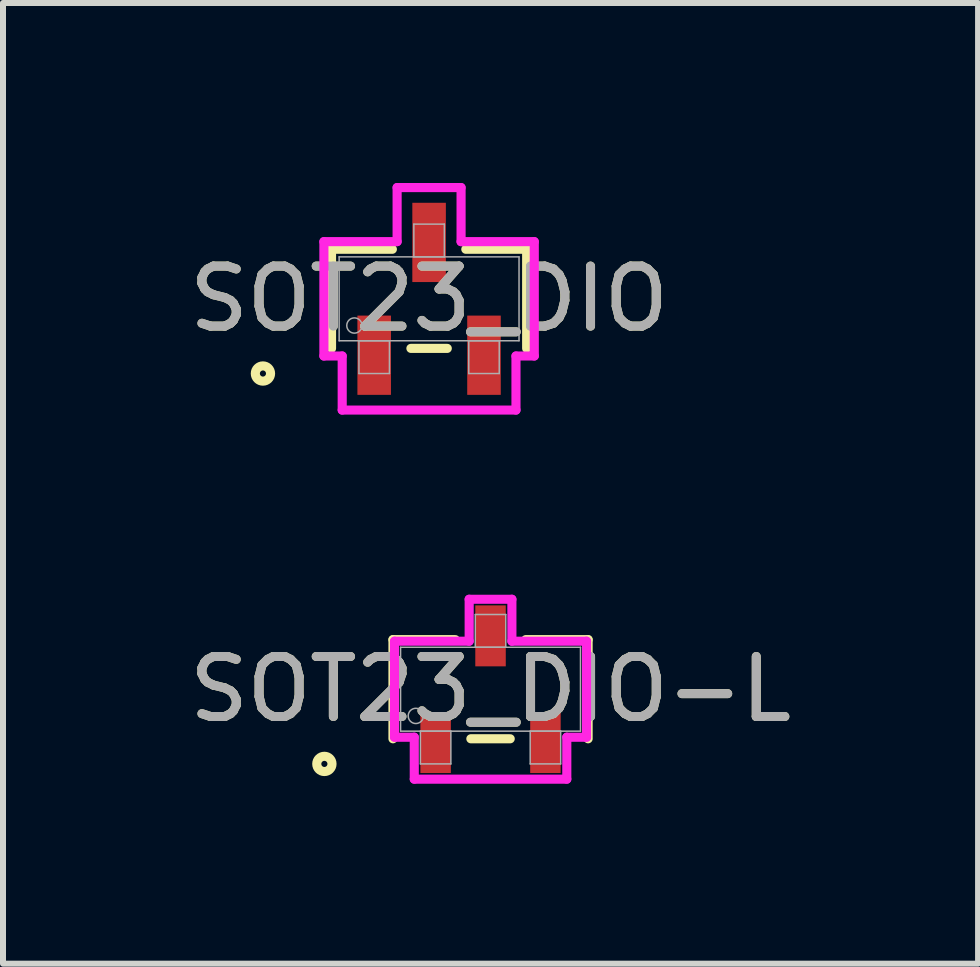
<source format=kicad_pcb>
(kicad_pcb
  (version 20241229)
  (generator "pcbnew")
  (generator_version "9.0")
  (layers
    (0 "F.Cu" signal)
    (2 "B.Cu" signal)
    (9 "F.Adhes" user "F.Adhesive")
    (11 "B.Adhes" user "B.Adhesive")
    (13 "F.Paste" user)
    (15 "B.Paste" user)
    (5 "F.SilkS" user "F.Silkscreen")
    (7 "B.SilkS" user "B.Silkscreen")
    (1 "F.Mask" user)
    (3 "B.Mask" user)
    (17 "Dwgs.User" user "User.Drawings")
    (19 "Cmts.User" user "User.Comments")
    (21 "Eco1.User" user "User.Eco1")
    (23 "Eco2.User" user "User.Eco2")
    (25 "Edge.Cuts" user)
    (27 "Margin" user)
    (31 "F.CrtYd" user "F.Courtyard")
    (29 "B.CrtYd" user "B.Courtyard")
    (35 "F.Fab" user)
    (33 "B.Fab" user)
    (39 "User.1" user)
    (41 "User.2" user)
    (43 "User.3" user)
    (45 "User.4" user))
  (footprint "SOT23_DIO-L"
    (layer "F.Cu")
    (at 5.125 8.436)
    (property "Reference" "SOT23_DIO-L" (at 0 0 0) (unlocked yes) (layer "F.SilkS") (effects (font (size 1 1) (thickness 0.15))))
    (attr smd)
    (fp_line (start -1.626 -0.826) (end -1.626 0.826) (stroke (width 0.152) (type solid)) (layer "F.SilkS"))
    (fp_line (start -0.587 -0.826) (end -1.626 -0.826) (stroke (width 0.152) (type solid)) (layer "F.SilkS"))
    (fp_line (start -0.328 0.826) (end 0.328 0.826) (stroke (width 0.152) (type solid)) (layer "F.SilkS"))
    (fp_line (start 1.626 -0.826) (end 0.587 -0.826) (stroke (width 0.152) (type solid)) (layer "F.SilkS"))
    (fp_line (start 1.626 0.826) (end 1.626 -0.826) (stroke (width 0.152) (type solid)) (layer "F.SilkS"))
    (fp_circle (center -2.769 1.245) (end -2.642 1.245) (stroke (width 0.152) (type solid)) (fill no) (layer "F.SilkS"))
    (fp_line (start -1.6 -0.8) (end -0.356 -0.8) (stroke (width 0.152) (type solid)) (layer "F.CrtYd"))
    (fp_line (start -1.6 0.8) (end -1.6 -0.8) (stroke (width 0.152) (type solid)) (layer "F.CrtYd"))
    (fp_line (start -1.6 0.8) (end -1.271 0.8) (stroke (width 0.152) (type solid)) (layer "F.CrtYd"))
    (fp_line (start -1.271 0.8) (end -1.271 1.499) (stroke (width 0.152) (type solid)) (layer "F.CrtYd"))
    (fp_line (start -1.271 1.499) (end 1.271 1.499) (stroke (width 0.152) (type solid)) (layer "F.CrtYd"))
    (fp_line (start -0.356 -1.499) (end 0.356 -1.499) (stroke (width 0.152) (type solid)) (layer "F.CrtYd"))
    (fp_line (start -0.356 -0.8) (end -0.356 -1.499) (stroke (width 0.152) (type solid)) (layer "F.CrtYd"))
    (fp_line (start 0.356 -0.8) (end 0.356 -1.499) (stroke (width 0.152) (type solid)) (layer "F.CrtYd"))
    (fp_line (start 1.271 0.8) (end 1.271 1.499) (stroke (width 0.152) (type solid)) (layer "F.CrtYd"))
    (fp_line (start 1.6 -0.8) (end 0.356 -0.8) (stroke (width 0.152) (type solid)) (layer "F.CrtYd"))
    (fp_line (start 1.6 -0.8) (end 1.6 0.8) (stroke (width 0.152) (type solid)) (layer "F.CrtYd"))
    (fp_line (start 1.6 0.8) (end 1.271 0.8) (stroke (width 0.152) (type solid)) (layer "F.CrtYd"))
    (fp_line (start -1.499 -0.699) (end -1.499 0.699) (stroke (width 0.025) (type solid)) (layer "F.Fab"))
    (fp_line (start -1.499 0.699) (end 1.499 0.699) (stroke (width 0.025) (type solid)) (layer "F.Fab"))
    (fp_line (start -1.169 0.699) (end -1.169 1.245) (stroke (width 0.025) (type solid)) (layer "F.Fab"))
    (fp_line (start -1.169 1.245) (end -0.661 1.245) (stroke (width 0.025) (type solid)) (layer "F.Fab"))
    (fp_line (start -0.661 0.699) (end -1.169 0.699) (stroke (width 0.025) (type solid)) (layer "F.Fab"))
    (fp_line (start -0.661 1.245) (end -0.661 0.699) (stroke (width 0.025) (type solid)) (layer "F.Fab"))
    (fp_line (start -0.254 -1.245) (end -0.254 -0.699) (stroke (width 0.025) (type solid)) (layer "F.Fab"))
    (fp_line (start -0.254 -0.699) (end 0.254 -0.699) (stroke (width 0.025) (type solid)) (layer "F.Fab"))
    (fp_line (start 0.254 -1.245) (end -0.254 -1.245) (stroke (width 0.025) (type solid)) (layer "F.Fab"))
    (fp_line (start 0.254 -0.699) (end 0.254 -1.245) (stroke (width 0.025) (type solid)) (layer "F.Fab"))
    (fp_line (start 0.661 0.699) (end 0.661 1.245) (stroke (width 0.025) (type solid)) (layer "F.Fab"))
    (fp_line (start 0.661 1.245) (end 1.169 1.245) (stroke (width 0.025) (type solid)) (layer "F.Fab"))
    (fp_line (start 1.169 0.699) (end 0.661 0.699) (stroke (width 0.025) (type solid)) (layer "F.Fab"))
    (fp_line (start 1.169 1.245) (end 1.169 0.699) (stroke (width 0.025) (type solid)) (layer "F.Fab"))
    (fp_line (start 1.499 -0.699) (end -1.499 -0.699) (stroke (width 0.025) (type solid)) (layer "F.Fab"))
    (fp_line (start 1.499 0.699) (end 1.499 -0.699) (stroke (width 0.025) (type solid)) (layer "F.Fab"))
    (fp_circle (center -1.245 0.445) (end -1.118 0.445) (stroke (width 0.025) (type solid)) (fill no) (layer "F.Fab"))
    (fp_text user "${REFERENCE}" (at 0 0 0) (unlocked yes) (layer "F.Fab") (effects (font (size 1 1) (thickness 0.15))))
    (pad "1" smd rect (at -0.915 0.889) (size 0.508 1.016) (layers "F.Cu" "F.Mask" "F.Paste"))
    (pad "2" smd rect (at 0.915 0.889) (size 0.508 1.016) (layers "F.Cu" "F.Mask" "F.Paste"))
    (pad "3" smd rect (at 0 -0.889) (size 0.508 1.016) (layers "F.Cu" "F.Mask" "F.Paste")))
  (footprint "SOT23_DIO"
    (layer "F.Cu")
    (at 4.101 1.93)
    (property "Reference" "SOT23_DIO" (at 0 0 0) (unlocked yes) (layer "F.SilkS") (effects (font (size 1 1) (thickness 0.15))))
    (attr smd)
    (fp_line (start -1.626 -0.826) (end -1.626 0.826) (stroke (width 0.152) (type solid)) (layer "F.SilkS"))
    (fp_line (start -0.612 -0.826) (end -1.626 -0.826) (stroke (width 0.152) (type solid)) (layer "F.SilkS"))
    (fp_line (start -0.303 0.826) (end 0.303 0.826) (stroke (width 0.152) (type solid)) (layer "F.SilkS"))
    (fp_line (start 1.626 -0.826) (end 0.612 -0.826) (stroke (width 0.152) (type solid)) (layer "F.SilkS"))
    (fp_line (start 1.626 0.826) (end 1.626 -0.826) (stroke (width 0.152) (type solid)) (layer "F.SilkS"))
    (fp_circle (center -2.769 1.245) (end -2.642 1.245) (stroke (width 0.152) (type solid)) (fill no) (layer "F.SilkS"))
    (fp_line (start -1.753 -0.953) (end -0.533 -0.953) (stroke (width 0.152) (type solid)) (layer "F.CrtYd"))
    (fp_line (start -1.753 0.953) (end -1.753 -0.953) (stroke (width 0.152) (type solid)) (layer "F.CrtYd"))
    (fp_line (start -1.753 0.953) (end -1.448 0.953) (stroke (width 0.152) (type solid)) (layer "F.CrtYd"))
    (fp_line (start -1.448 0.953) (end -1.448 1.854) (stroke (width 0.152) (type solid)) (layer "F.CrtYd"))
    (fp_line (start -1.448 1.854) (end 1.448 1.854) (stroke (width 0.152) (type solid)) (layer "F.CrtYd"))
    (fp_line (start -0.533 -1.854) (end 0.533 -1.854) (stroke (width 0.152) (type solid)) (layer "F.CrtYd"))
    (fp_line (start -0.533 -0.953) (end -0.533 -1.854) (stroke (width 0.152) (type solid)) (layer "F.CrtYd"))
    (fp_line (start 0.533 -0.953) (end 0.533 -1.854) (stroke (width 0.152) (type solid)) (layer "F.CrtYd"))
    (fp_line (start 1.448 0.953) (end 1.448 1.854) (stroke (width 0.152) (type solid)) (layer "F.CrtYd"))
    (fp_line (start 1.753 -0.953) (end 0.533 -0.953) (stroke (width 0.152) (type solid)) (layer "F.CrtYd"))
    (fp_line (start 1.753 -0.953) (end 1.753 0.953) (stroke (width 0.152) (type solid)) (layer "F.CrtYd"))
    (fp_line (start 1.753 0.953) (end 1.448 0.953) (stroke (width 0.152) (type solid)) (layer "F.CrtYd"))
    (fp_line (start -1.499 -0.699) (end -1.499 0.699) (stroke (width 0.025) (type solid)) (layer "F.Fab"))
    (fp_line (start -1.499 0.699) (end 1.499 0.699) (stroke (width 0.025) (type solid)) (layer "F.Fab"))
    (fp_line (start -1.169 0.699) (end -1.169 1.245) (stroke (width 0.025) (type solid)) (layer "F.Fab"))
    (fp_line (start -1.169 1.245) (end -0.661 1.245) (stroke (width 0.025) (type solid)) (layer "F.Fab"))
    (fp_line (start -0.661 0.699) (end -1.169 0.699) (stroke (width 0.025) (type solid)) (layer "F.Fab"))
    (fp_line (start -0.661 1.245) (end -0.661 0.699) (stroke (width 0.025) (type solid)) (layer "F.Fab"))
    (fp_line (start -0.254 -1.245) (end -0.254 -0.699) (stroke (width 0.025) (type solid)) (layer "F.Fab"))
    (fp_line (start -0.254 -0.699) (end 0.254 -0.699) (stroke (width 0.025) (type solid)) (layer "F.Fab"))
    (fp_line (start 0.254 -1.245) (end -0.254 -1.245) (stroke (width 0.025) (type solid)) (layer "F.Fab"))
    (fp_line (start 0.254 -0.699) (end 0.254 -1.245) (stroke (width 0.025) (type solid)) (layer "F.Fab"))
    (fp_line (start 0.661 0.699) (end 0.661 1.245) (stroke (width 0.025) (type solid)) (layer "F.Fab"))
    (fp_line (start 0.661 1.245) (end 1.169 1.245) (stroke (width 0.025) (type solid)) (layer "F.Fab"))
    (fp_line (start 1.169 0.699) (end 0.661 0.699) (stroke (width 0.025) (type solid)) (layer "F.Fab"))
    (fp_line (start 1.169 1.245) (end 1.169 0.699) (stroke (width 0.025) (type solid)) (layer "F.Fab"))
    (fp_line (start 1.499 -0.699) (end -1.499 -0.699) (stroke (width 0.025) (type solid)) (layer "F.Fab"))
    (fp_line (start 1.499 0.699) (end 1.499 -0.699) (stroke (width 0.025) (type solid)) (layer "F.Fab"))
    (fp_circle (center -1.245 0.445) (end -1.118 0.445) (stroke (width 0.025) (type solid)) (fill no) (layer "F.Fab"))
    (fp_text user "${REFERENCE}" (at 0 0 0) (unlocked yes) (layer "F.Fab") (effects (font (size 1 1) (thickness 0.15))))
    (pad "1" smd rect (at -0.915 0.94) (size 0.559 1.321) (layers "F.Cu" "F.Mask" "F.Paste"))
    (pad "2" smd rect (at 0.915 0.94) (size 0.559 1.321) (layers "F.Cu" "F.Mask" "F.Paste"))
    (pad "3" smd rect (at 0 -0.94) (size 0.559 1.321) (layers "F.Cu" "F.Mask" "F.Paste")))
  (gr_rect
    (start -3 -3)
    (end 13.25 13.01)
    (stroke (width 0.1) (type default))
    (fill no)
    (layer "Edge.Cuts")))
</source>
